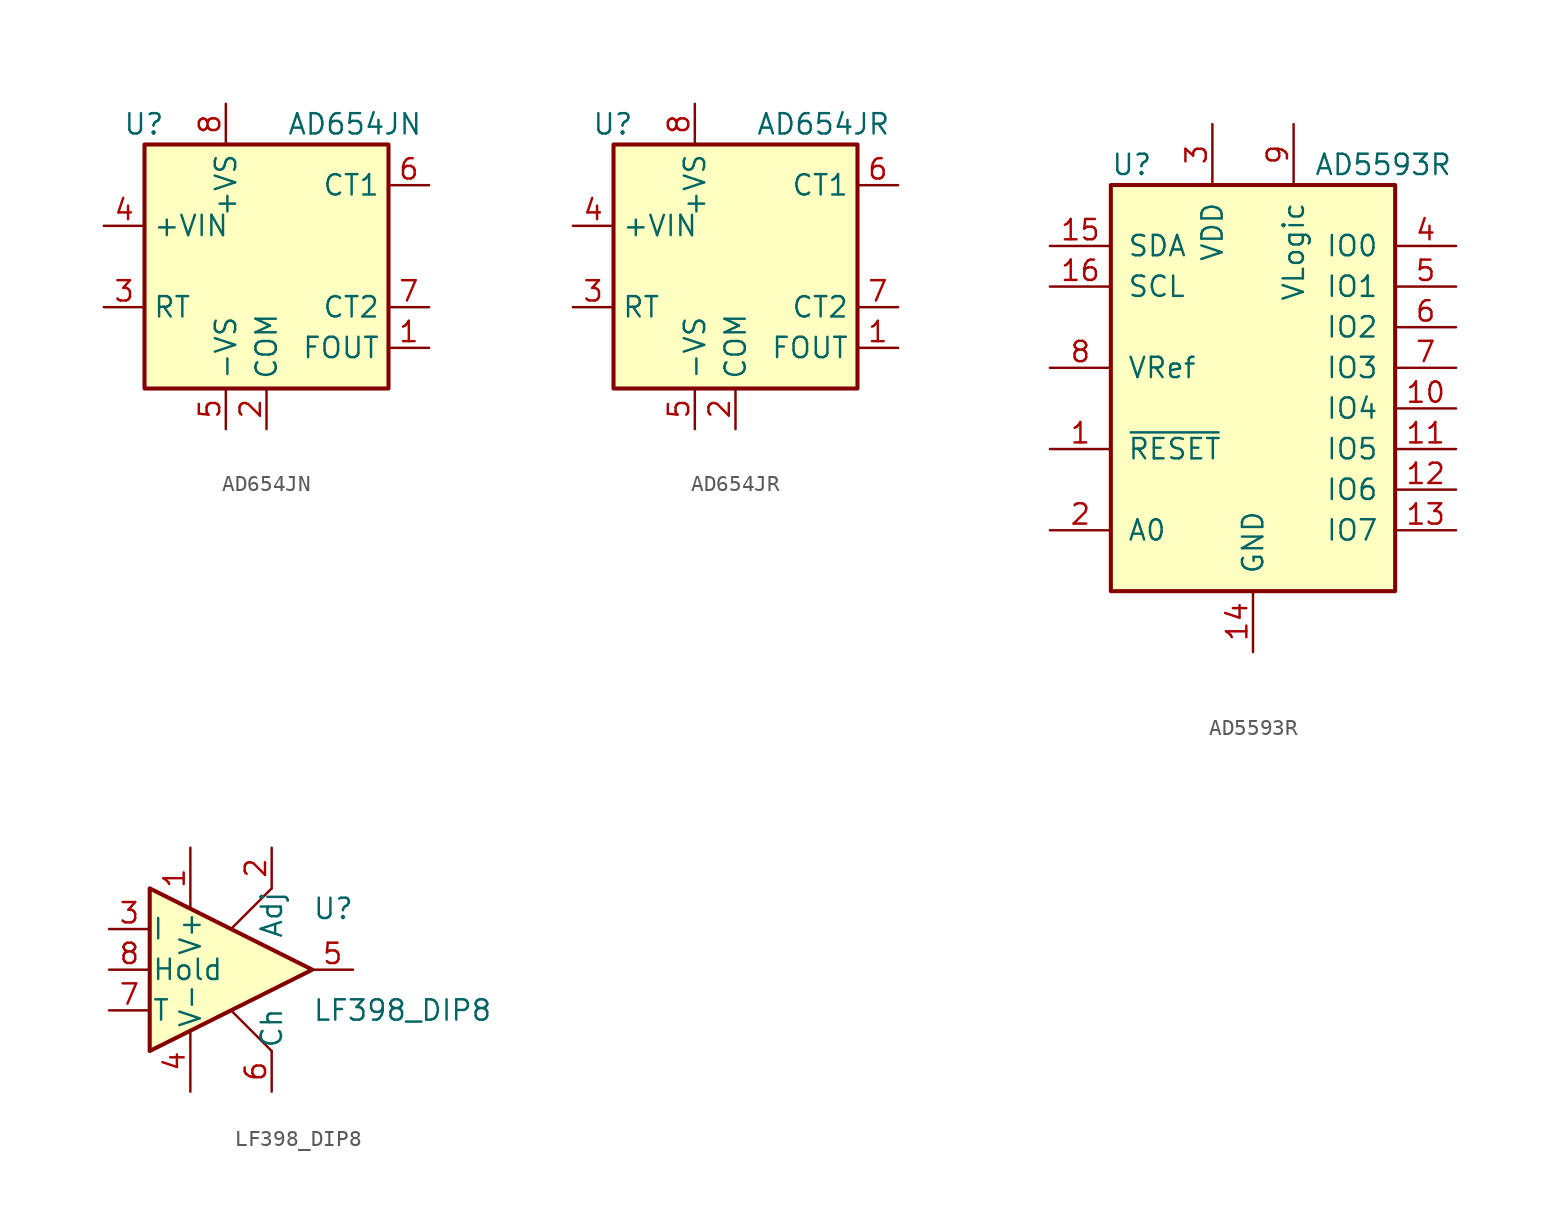
<source format=kicad_sym>
(kicad_symbol_lib
  (version 20211014)
  (generator kicad_symbol_editor)
  (symbol "AD654JN"
    (property "Reference" "U"
      (at -6.35 8.89 0)
      (effects (font (size 1.27 1.27)) (justify right)))
    (property "Value" "AD654JN"
      (at 1.27 8.89 0)
      (effects (font (size 1.27 1.27)) (justify left)))
    (symbol "AD654JN_0_1"
      (rectangle (start -7.62 7.62) (end 7.62 -7.62) (stroke (width 0.254) (type default) (color 0 0 0 0)) (fill (type background))))
    (symbol "AD654JN_1_1"
      (pin open_collector line (at 10.16 -5.08 180) (length 2.54) (name "FOUT" (effects (font (size 1.27 1.27)))) (number "1" (effects (font (size 1.27 1.27)))))
      (pin power_in line (at 0 -10.16 90) (length 2.54) (name "COM" (effects (font (size 1.27 1.27)))) (number "2" (effects (font (size 1.27 1.27)))))
      (pin input line (at -10.16 -2.54 0) (length 2.54) (name "RT" (effects (font (size 1.27 1.27)))) (number "3" (effects (font (size 1.27 1.27)))))
      (pin input line (at -10.16 2.54 0) (length 2.54) (name "+VIN" (effects (font (size 1.27 1.27)))) (number "4" (effects (font (size 1.27 1.27)))))
      (pin power_in line (at -2.54 -10.16 90) (length 2.54) (name "-VS" (effects (font (size 1.27 1.27)))) (number "5" (effects (font (size 1.27 1.27)))))
      (pin passive line (at 10.16 5.08 180) (length 2.54) (name "CT1" (effects (font (size 1.27 1.27)))) (number "6" (effects (font (size 1.27 1.27)))))
      (pin passive line (at 10.16 -2.54 180) (length 2.54) (name "CT2" (effects (font (size 1.27 1.27)))) (number "7" (effects (font (size 1.27 1.27)))))
      (pin power_in line (at -2.54 10.16 270) (length 2.54) (name "+VS" (effects (font (size 1.27 1.27)))) (number "8" (effects (font (size 1.27 1.27)))))))
  (symbol "AD654JR"
    (property "Reference" "U"
      (at -6.35 8.89 0)
      (effects (font (size 1.27 1.27)) (justify right)))
    (property "Value" "AD654JR"
      (at 1.27 8.89 0)
      (effects (font (size 1.27 1.27)) (justify left)))
    (symbol "AD654JR_0_1"
      (rectangle (start -7.62 7.62) (end 7.62 -7.62) (stroke (width 0.254) (type default) (color 0 0 0 0)) (fill (type background))))
    (symbol "AD654JR_1_1"
      (pin open_collector line (at 10.16 -5.08 180) (length 2.54) (name "FOUT" (effects (font (size 1.27 1.27)))) (number "1" (effects (font (size 1.27 1.27)))))
      (pin power_in line (at 0 -10.16 90) (length 2.54) (name "COM" (effects (font (size 1.27 1.27)))) (number "2" (effects (font (size 1.27 1.27)))))
      (pin input line (at -10.16 -2.54 0) (length 2.54) (name "RT" (effects (font (size 1.27 1.27)))) (number "3" (effects (font (size 1.27 1.27)))))
      (pin input line (at -10.16 2.54 0) (length 2.54) (name "+VIN" (effects (font (size 1.27 1.27)))) (number "4" (effects (font (size 1.27 1.27)))))
      (pin power_in line (at -2.54 -10.16 90) (length 2.54) (name "-VS" (effects (font (size 1.27 1.27)))) (number "5" (effects (font (size 1.27 1.27)))))
      (pin passive line (at 10.16 5.08 180) (length 2.54) (name "CT1" (effects (font (size 1.27 1.27)))) (number "6" (effects (font (size 1.27 1.27)))))
      (pin passive line (at 10.16 -2.54 180) (length 2.54) (name "CT2" (effects (font (size 1.27 1.27)))) (number "7" (effects (font (size 1.27 1.27)))))
      (pin power_in line (at -2.54 10.16 270) (length 2.54) (name "+VS" (effects (font (size 1.27 1.27)))) (number "8" (effects (font (size 1.27 1.27)))))))
  (symbol "AD5593R"
    (pin_names
      (offset 1.016))
    (property "Reference" "U"
      (at -8.89 15.24 0)
      (effects (font (size 1.27 1.27)) (justify left)))
    (property "Value" "AD5593R"
      (at 3.81 15.24 0)
      (effects (font (size 1.27 1.27)) (justify left)))
    (symbol "AD5593R_0_1"
      (rectangle (start -8.89 -11.43) (end 8.89 13.97) (stroke (width 0.254) (type default) (color 0 0 0 0)) (fill (type background))))
    (symbol "AD5593R_1_1"
      (pin input line (at -12.7 -2.54 0) (length 3.81) (name "~{RESET}" (effects (font (size 1.27 1.27)))) (number "1" (effects (font (size 1.27 1.27)))))
      (pin bidirectional line (at 12.7 0 180) (length 3.81) (name "IO4" (effects (font (size 1.27 1.27)))) (number "10" (effects (font (size 1.27 1.27)))))
      (pin bidirectional line (at 12.7 -2.54 180) (length 3.81) (name "IO5" (effects (font (size 1.27 1.27)))) (number "11" (effects (font (size 1.27 1.27)))))
      (pin bidirectional line (at 12.7 -5.08 180) (length 3.81) (name "IO6" (effects (font (size 1.27 1.27)))) (number "12" (effects (font (size 1.27 1.27)))))
      (pin bidirectional line (at 12.7 -7.62 180) (length 3.81) (name "IO7" (effects (font (size 1.27 1.27)))) (number "13" (effects (font (size 1.27 1.27)))))
      (pin power_in line (at 0 -15.24 90) (length 3.81) (name "GND" (effects (font (size 1.27 1.27)))) (number "14" (effects (font (size 1.27 1.27)))))
      (pin bidirectional line (at -12.7 10.16 0) (length 3.81) (name "SDA" (effects (font (size 1.27 1.27)))) (number "15" (effects (font (size 1.27 1.27)))))
      (pin input line (at -12.7 7.62 0) (length 3.81) (name "SCL" (effects (font (size 1.27 1.27)))) (number "16" (effects (font (size 1.27 1.27)))))
      (pin input line (at -12.7 -7.62 0) (length 3.81) (name "A0" (effects (font (size 1.27 1.27)))) (number "2" (effects (font (size 1.27 1.27)))))
      (pin power_in line (at -2.54 17.78 270) (length 3.81) (name "VDD" (effects (font (size 1.27 1.27)))) (number "3" (effects (font (size 1.27 1.27)))))
      (pin bidirectional line (at 12.7 10.16 180) (length 3.81) (name "IO0" (effects (font (size 1.27 1.27)))) (number "4" (effects (font (size 1.27 1.27)))))
      (pin bidirectional line (at 12.7 7.62 180) (length 3.81) (name "IO1" (effects (font (size 1.27 1.27)))) (number "5" (effects (font (size 1.27 1.27)))))
      (pin bidirectional line (at 12.7 5.08 180) (length 3.81) (name "IO2" (effects (font (size 1.27 1.27)))) (number "6" (effects (font (size 1.27 1.27)))))
      (pin bidirectional line (at 12.7 2.54 180) (length 3.81) (name "IO3" (effects (font (size 1.27 1.27)))) (number "7" (effects (font (size 1.27 1.27)))))
      (pin passive line (at -12.7 2.54 0) (length 3.81) (name "VRef" (effects (font (size 1.27 1.27)))) (number "8" (effects (font (size 1.27 1.27)))))
      (pin power_in line (at 2.54 17.78 270) (length 3.81) (name "VLogic" (effects (font (size 1.27 1.27)))) (number "9" (effects (font (size 1.27 1.27)))))))
  (symbol "LF398_DIP8"
    (pin_names
      (offset 0.127))
    (property "Reference" "U"
      (at 5.08 3.81 0)
      (effects (font (size 1.27 1.27)) (justify left)))
    (property "Value" "LF398_DIP8"
      (at 5.08 -2.54 0)
      (effects (font (size 1.27 1.27)) (justify left)))
    (symbol "LF398_DIP8_0_1"
      (polyline (pts (xy 0 -2.54) (xy 2.54 -5.08)) (stroke (width 0) (type default) (color 0 0 0 0)) (fill (type none)))
      (polyline (pts (xy 2.54 5.08) (xy 0 2.54)) (stroke (width 0) (type default) (color 0 0 0 0)) (fill (type none)))
      (polyline (pts (xy -5.08 5.08) (xy 5.08 0) (xy -5.08 -5.08) (xy -5.08 5.08)) (stroke (width 0.254) (type default) (color 0 0 0 0)) (fill (type background))))
    (symbol "LF398_DIP8_1_1"
      (pin passive line (at -2.54 7.62 270) (length 3.81) (name "V+" (effects (font (size 1.27 1.27)))) (number "1" (effects (font (size 1.27 1.27)))))
      (pin passive line (at 2.54 7.62 270) (length 2.54) (name "Adj" (effects (font (size 1.27 1.27)))) (number "2" (effects (font (size 1.27 1.27)))))
      (pin input line (at -7.62 2.54 0) (length 2.54) (name "I" (effects (font (size 1.27 1.27)))) (number "3" (effects (font (size 1.27 1.27)))))
      (pin passive line (at -2.54 -7.62 90) (length 3.81) (name "V-" (effects (font (size 1.27 1.27)))) (number "4" (effects (font (size 1.27 1.27)))))
      (pin output line (at 7.62 0 180) (length 2.54) (name "~" (effects (font (size 1.27 1.27)))) (number "5" (effects (font (size 1.27 1.27)))))
      (pin passive line (at 2.54 -7.62 90) (length 2.54) (name "Ch" (effects (font (size 1.27 1.27)))) (number "6" (effects (font (size 1.27 1.27)))))
      (pin passive line (at -7.62 -2.54 0) (length 2.54) (name "T" (effects (font (size 1.27 1.27)))) (number "7" (effects (font (size 1.27 1.27)))))
      (pin input line (at -7.62 0 0) (length 2.54) (name "Hold" (effects (font (size 1.27 1.27)))) (number "8" (effects (font (size 1.27 1.27))))))))
</source>
